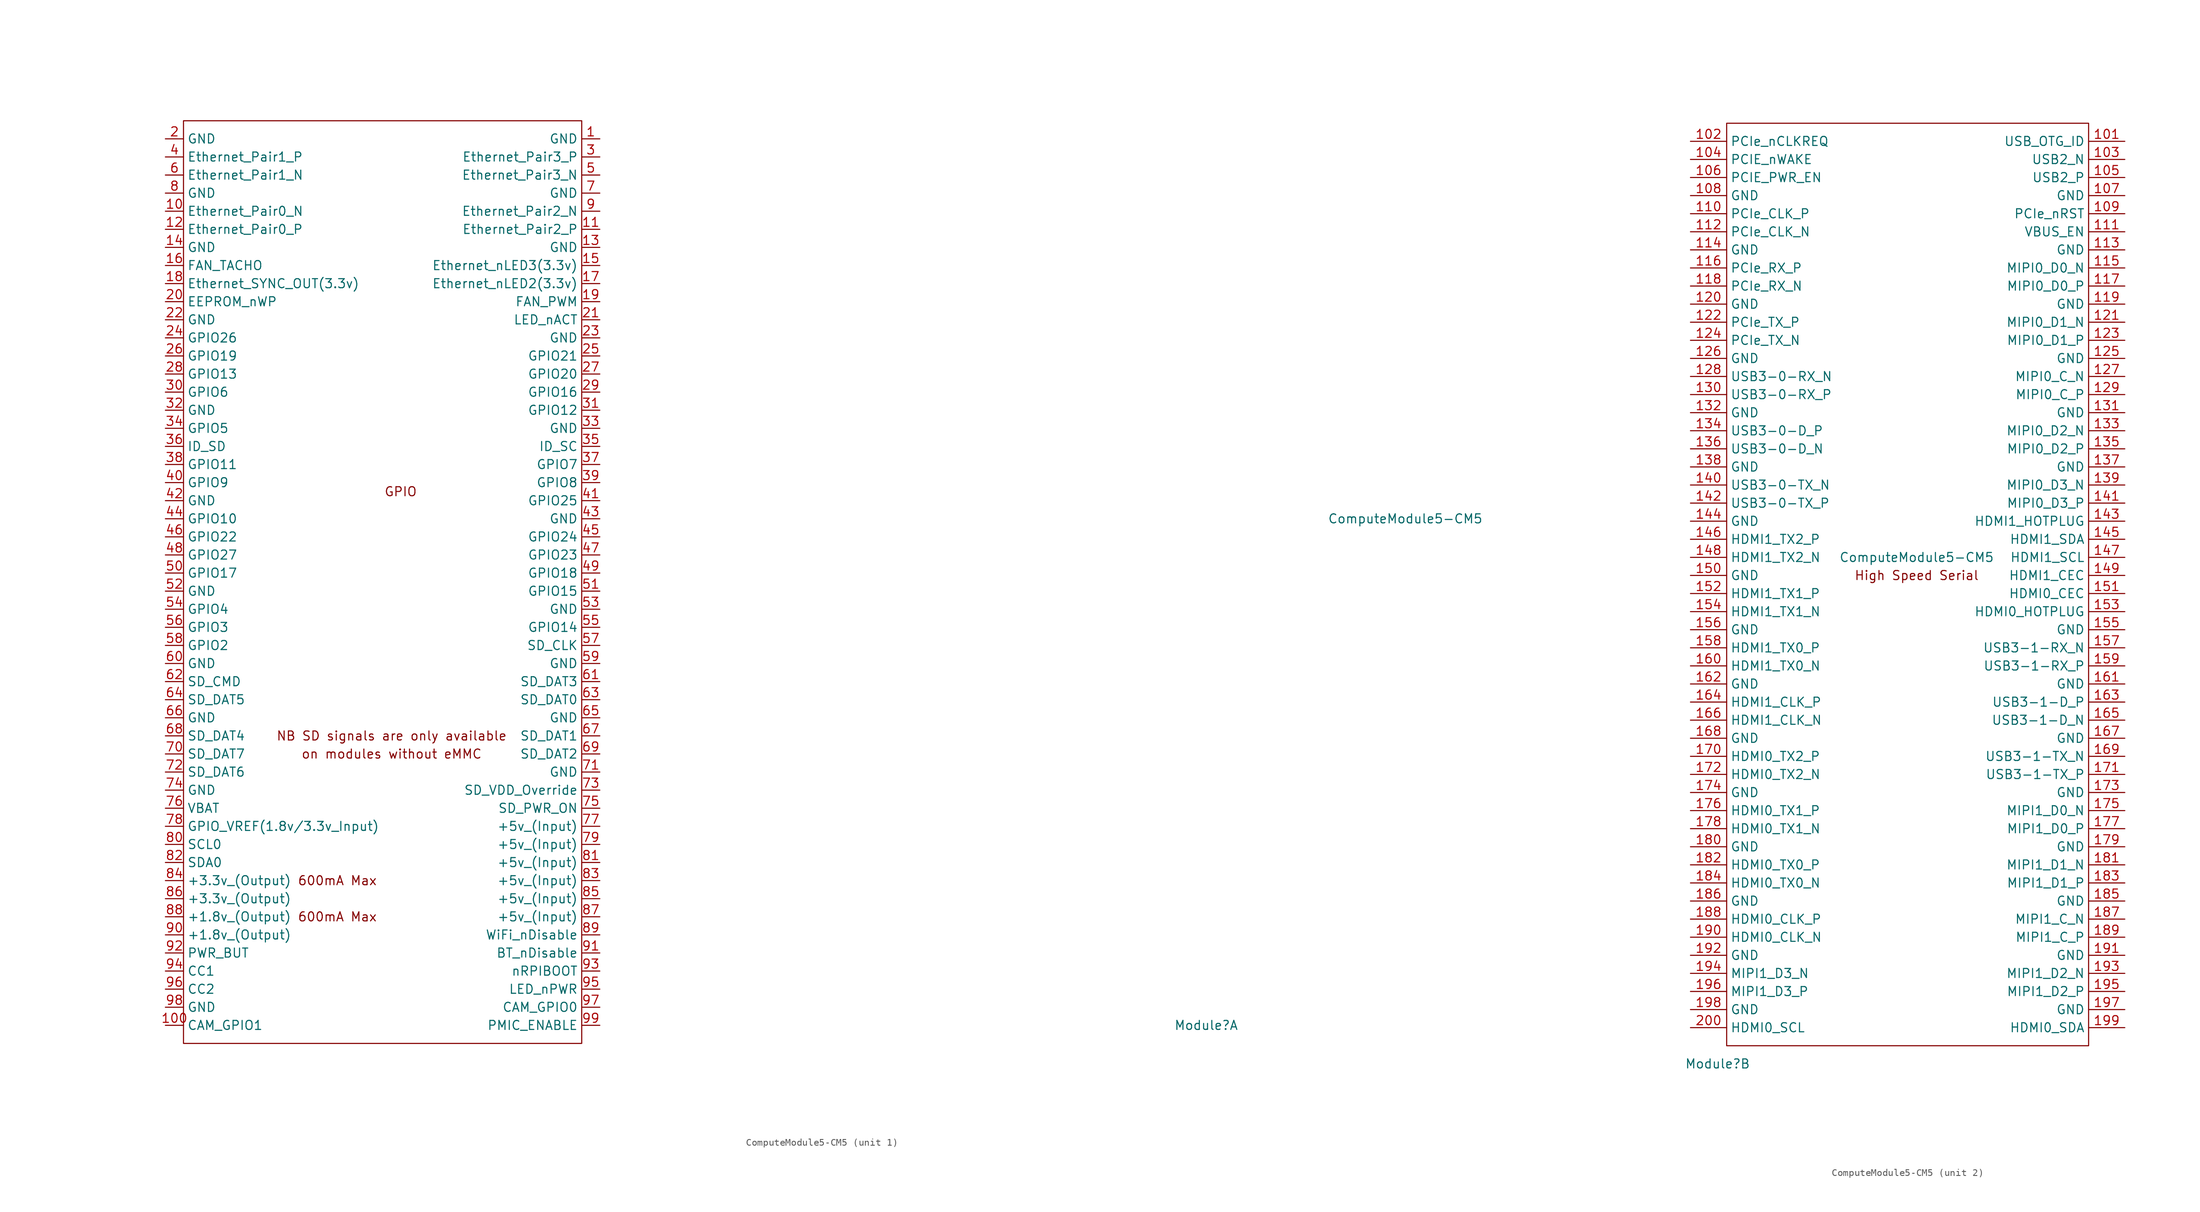
<source format=kicad_sym>
(kicad_symbol_lib
  (version 20241209)
  (generator "kicad_symbol_editor")
  (generator_version "9.0")
  (symbol "ComputeModule5-CM5"
    (property "Reference" "Module"
      (at 113.03 -68.58 0)
      (effects (font (size 1.27 1.27))))
    (property "Value" "ComputeModule5-CM5"
      (at 140.97 2.54 0)
      (effects (font (size 1.27 1.27))))
    (property "ki_locked" ""
      (at 0 0 0)
      (effects (font (size 1.27 1.27))))
    (symbol "ComputeModule5-CM5_1_0"
      (text "GPIO" (at 0 6.35 0) (effects (font (size 1.27 1.27)))))
    (symbol "ComputeModule5-CM5_1_1"
      (rectangle (start -30.48 -71.12) (end 25.4 58.42) (stroke (width 0) (type default)) (fill (type none)))
      (text "600mA Max" (at -8.89 -48.26 0) (effects (font (size 1.27 1.27))))
      (text "600mA Max" (at -8.89 -53.34 0) (effects (font (size 1.27 1.27))))
      (text "NB SD signals are only available" (at -1.27 -27.94 0) (effects (font (size 1.27 1.27))))
      (text "on modules without eMMC" (at -1.27 -30.48 0) (effects (font (size 1.27 1.27))))
      (pin power_in line (at -33.02 55.88 0) (length 2.54) (name "GND" (effects (font (size 1.27 1.27)))) (number "2" (effects (font (size 1.27 1.27)))))
      (pin passive line (at -33.02 53.34 0) (length 2.54) (name "Ethernet_Pair1_P" (effects (font (size 1.27 1.27)))) (number "4" (effects (font (size 1.27 1.27)))))
      (pin passive line (at -33.02 50.8 0) (length 2.54) (name "Ethernet_Pair1_N" (effects (font (size 1.27 1.27)))) (number "6" (effects (font (size 1.27 1.27)))))
      (pin power_in line (at -33.02 48.26 0) (length 2.54) (name "GND" (effects (font (size 1.27 1.27)))) (number "8" (effects (font (size 1.27 1.27)))))
      (pin passive line (at -33.02 45.72 0) (length 2.54) (name "Ethernet_Pair0_N" (effects (font (size 1.27 1.27)))) (number "10" (effects (font (size 1.27 1.27)))))
      (pin passive line (at -33.02 43.18 0) (length 2.54) (name "Ethernet_Pair0_P" (effects (font (size 1.27 1.27)))) (number "12" (effects (font (size 1.27 1.27)))))
      (pin power_in line (at -33.02 40.64 0) (length 2.54) (name "GND" (effects (font (size 1.27 1.27)))) (number "14" (effects (font (size 1.27 1.27)))))
      (pin input line (at -33.02 38.1 0) (length 2.54) (name "FAN_TACHO" (effects (font (size 1.27 1.27)))) (number "16" (effects (font (size 1.27 1.27)))))
      (pin input line (at -33.02 35.56 0) (length 2.54) (name "Ethernet_SYNC_OUT(3.3v)" (effects (font (size 1.27 1.27)))) (number "18" (effects (font (size 1.27 1.27)))))
      (pin passive line (at -33.02 33.02 0) (length 2.54) (name "EEPROM_nWP" (effects (font (size 1.27 1.27)))) (number "20" (effects (font (size 1.27 1.27)))))
      (pin power_in line (at -33.02 30.48 0) (length 2.54) (name "GND" (effects (font (size 1.27 1.27)))) (number "22" (effects (font (size 1.27 1.27)))))
      (pin passive line (at -33.02 27.94 0) (length 2.54) (name "GPIO26" (effects (font (size 1.27 1.27)))) (number "24" (effects (font (size 1.27 1.27)))))
      (pin passive line (at -33.02 25.4 0) (length 2.54) (name "GPIO19" (effects (font (size 1.27 1.27)))) (number "26" (effects (font (size 1.27 1.27)))))
      (pin passive line (at -33.02 22.86 0) (length 2.54) (name "GPIO13" (effects (font (size 1.27 1.27)))) (number "28" (effects (font (size 1.27 1.27)))))
      (pin passive line (at -33.02 20.32 0) (length 2.54) (name "GPIO6" (effects (font (size 1.27 1.27)))) (number "30" (effects (font (size 1.27 1.27)))))
      (pin power_in line (at -33.02 17.78 0) (length 2.54) (name "GND" (effects (font (size 1.27 1.27)))) (number "32" (effects (font (size 1.27 1.27)))))
      (pin passive line (at -33.02 15.24 0) (length 2.54) (name "GPIO5" (effects (font (size 1.27 1.27)))) (number "34" (effects (font (size 1.27 1.27)))))
      (pin passive line (at -33.02 12.7 0) (length 2.54) (name "ID_SD" (effects (font (size 1.27 1.27)))) (number "36" (effects (font (size 1.27 1.27)))))
      (pin passive line (at -33.02 10.16 0) (length 2.54) (name "GPIO11" (effects (font (size 1.27 1.27)))) (number "38" (effects (font (size 1.27 1.27)))))
      (pin passive line (at -33.02 7.62 0) (length 2.54) (name "GPIO9" (effects (font (size 1.27 1.27)))) (number "40" (effects (font (size 1.27 1.27)))))
      (pin power_in line (at -33.02 5.08 0) (length 2.54) (name "GND" (effects (font (size 1.27 1.27)))) (number "42" (effects (font (size 1.27 1.27)))))
      (pin passive line (at -33.02 2.54 0) (length 2.54) (name "GPIO10" (effects (font (size 1.27 1.27)))) (number "44" (effects (font (size 1.27 1.27)))))
      (pin passive line (at -33.02 0 0) (length 2.54) (name "GPIO22" (effects (font (size 1.27 1.27)))) (number "46" (effects (font (size 1.27 1.27)))))
      (pin passive line (at -33.02 -2.54 0) (length 2.54) (name "GPIO27" (effects (font (size 1.27 1.27)))) (number "48" (effects (font (size 1.27 1.27)))))
      (pin passive line (at -33.02 -5.08 0) (length 2.54) (name "GPIO17" (effects (font (size 1.27 1.27)))) (number "50" (effects (font (size 1.27 1.27)))))
      (pin power_in line (at -33.02 -7.62 0) (length 2.54) (name "GND" (effects (font (size 1.27 1.27)))) (number "52" (effects (font (size 1.27 1.27)))))
      (pin passive line (at -33.02 -10.16 0) (length 2.54) (name "GPIO4" (effects (font (size 1.27 1.27)))) (number "54" (effects (font (size 1.27 1.27)))))
      (pin passive line (at -33.02 -12.7 0) (length 2.54) (name "GPIO3" (effects (font (size 1.27 1.27)))) (number "56" (effects (font (size 1.27 1.27)))))
      (pin passive line (at -33.02 -15.24 0) (length 2.54) (name "GPIO2" (effects (font (size 1.27 1.27)))) (number "58" (effects (font (size 1.27 1.27)))))
      (pin power_in line (at -33.02 -17.78 0) (length 2.54) (name "GND" (effects (font (size 1.27 1.27)))) (number "60" (effects (font (size 1.27 1.27)))))
      (pin passive line (at -33.02 -20.32 0) (length 2.54) (name "SD_CMD" (effects (font (size 1.27 1.27)))) (number "62" (effects (font (size 1.27 1.27)))))
      (pin passive line (at -33.02 -22.86 0) (length 2.54) (name "SD_DAT5" (effects (font (size 1.27 1.27)))) (number "64" (effects (font (size 1.27 1.27)))))
      (pin power_in line (at -33.02 -25.4 0) (length 2.54) (name "GND" (effects (font (size 1.27 1.27)))) (number "66" (effects (font (size 1.27 1.27)))))
      (pin passive line (at -33.02 -27.94 0) (length 2.54) (name "SD_DAT4" (effects (font (size 1.27 1.27)))) (number "68" (effects (font (size 1.27 1.27)))))
      (pin passive line (at -33.02 -30.48 0) (length 2.54) (name "SD_DAT7" (effects (font (size 1.27 1.27)))) (number "70" (effects (font (size 1.27 1.27)))))
      (pin passive line (at -33.02 -33.02 0) (length 2.54) (name "SD_DAT6" (effects (font (size 1.27 1.27)))) (number "72" (effects (font (size 1.27 1.27)))))
      (pin power_in line (at -33.02 -35.56 0) (length 2.54) (name "GND" (effects (font (size 1.27 1.27)))) (number "74" (effects (font (size 1.27 1.27)))))
      (pin passive line (at -33.02 -38.1 0) (length 2.54) (name "VBAT" (effects (font (size 1.27 1.27)))) (number "76" (effects (font (size 1.27 1.27)))))
      (pin power_in line (at -33.02 -40.64 0) (length 2.54) (name "GPIO_VREF(1.8v/3.3v_Input)" (effects (font (size 1.27 1.27)))) (number "78" (effects (font (size 1.27 1.27)))))
      (pin passive line (at -33.02 -43.18 0) (length 2.54) (name "SCL0" (effects (font (size 1.27 1.27)))) (number "80" (effects (font (size 1.27 1.27)))))
      (pin passive line (at -33.02 -45.72 0) (length 2.54) (name "SDA0" (effects (font (size 1.27 1.27)))) (number "82" (effects (font (size 1.27 1.27)))))
      (pin power_out line (at -33.02 -48.26 0) (length 2.54) (name "+3.3v_(Output)" (effects (font (size 1.27 1.27)))) (number "84" (effects (font (size 1.27 1.27)))))
      (pin passive line (at -33.02 -50.8 0) (length 2.54) (name "+3.3v_(Output)" (effects (font (size 1.27 1.27)))) (number "86" (effects (font (size 1.27 1.27)))))
      (pin power_out line (at -33.02 -53.34 0) (length 2.54) (name "+1.8v_(Output)" (effects (font (size 1.27 1.27)))) (number "88" (effects (font (size 1.27 1.27)))))
      (pin passive line (at -33.02 -55.88 0) (length 2.54) (name "+1.8v_(Output)" (effects (font (size 1.27 1.27)))) (number "90" (effects (font (size 1.27 1.27)))))
      (pin passive line (at -33.02 -58.42 0) (length 2.54) (name "PWR_BUT" (effects (font (size 1.27 1.27)))) (number "92" (effects (font (size 1.27 1.27)))))
      (pin passive line (at -33.02 -60.96 0) (length 2.54) (name "CC1" (effects (font (size 1.27 1.27)))) (number "94" (effects (font (size 1.27 1.27)))))
      (pin passive line (at -33.02 -63.5 0) (length 2.54) (name "CC2" (effects (font (size 1.27 1.27)))) (number "96" (effects (font (size 1.27 1.27)))))
      (pin power_in line (at -33.02 -66.04 0) (length 2.54) (name "GND" (effects (font (size 1.27 1.27)))) (number "98" (effects (font (size 1.27 1.27)))))
      (pin passive line (at -33.02 -68.58 0) (length 2.54) (name "CAM_GPIO1" (effects (font (size 1.27 1.27)))) (number "100" (effects (font (size 1.27 1.27)))))
      (pin power_in line (at 27.94 55.88 180) (length 2.54) (name "GND" (effects (font (size 1.27 1.27)))) (number "1" (effects (font (size 1.27 1.27)))))
      (pin passive line (at 27.94 53.34 180) (length 2.54) (name "Ethernet_Pair3_P" (effects (font (size 1.27 1.27)))) (number "3" (effects (font (size 1.27 1.27)))))
      (pin passive line (at 27.94 50.8 180) (length 2.54) (name "Ethernet_Pair3_N" (effects (font (size 1.27 1.27)))) (number "5" (effects (font (size 1.27 1.27)))))
      (pin power_in line (at 27.94 48.26 180) (length 2.54) (name "GND" (effects (font (size 1.27 1.27)))) (number "7" (effects (font (size 1.27 1.27)))))
      (pin passive line (at 27.94 45.72 180) (length 2.54) (name "Ethernet_Pair2_N" (effects (font (size 1.27 1.27)))) (number "9" (effects (font (size 1.27 1.27)))))
      (pin passive line (at 27.94 43.18 180) (length 2.54) (name "Ethernet_Pair2_P" (effects (font (size 1.27 1.27)))) (number "11" (effects (font (size 1.27 1.27)))))
      (pin power_in line (at 27.94 40.64 180) (length 2.54) (name "GND" (effects (font (size 1.27 1.27)))) (number "13" (effects (font (size 1.27 1.27)))))
      (pin output line (at 27.94 38.1 180) (length 2.54) (name "Ethernet_nLED3(3.3v)" (effects (font (size 1.27 1.27)))) (number "15" (effects (font (size 1.27 1.27)))))
      (pin output line (at 27.94 35.56 180) (length 2.54) (name "Ethernet_nLED2(3.3v)" (effects (font (size 1.27 1.27)))) (number "17" (effects (font (size 1.27 1.27)))))
      (pin output line (at 27.94 33.02 180) (length 2.54) (name "FAN_PWM" (effects (font (size 1.27 1.27)))) (number "19" (effects (font (size 1.27 1.27)))))
      (pin open_collector line (at 27.94 30.48 180) (length 2.54) (name "LED_nACT" (effects (font (size 1.27 1.27)))) (number "21" (effects (font (size 1.27 1.27)))))
      (pin power_in line (at 27.94 27.94 180) (length 2.54) (name "GND" (effects (font (size 1.27 1.27)))) (number "23" (effects (font (size 1.27 1.27)))))
      (pin passive line (at 27.94 25.4 180) (length 2.54) (name "GPIO21" (effects (font (size 1.27 1.27)))) (number "25" (effects (font (size 1.27 1.27)))))
      (pin passive line (at 27.94 22.86 180) (length 2.54) (name "GPIO20" (effects (font (size 1.27 1.27)))) (number "27" (effects (font (size 1.27 1.27)))))
      (pin passive line (at 27.94 20.32 180) (length 2.54) (name "GPIO16" (effects (font (size 1.27 1.27)))) (number "29" (effects (font (size 1.27 1.27)))))
      (pin passive line (at 27.94 17.78 180) (length 2.54) (name "GPIO12" (effects (font (size 1.27 1.27)))) (number "31" (effects (font (size 1.27 1.27)))))
      (pin power_in line (at 27.94 15.24 180) (length 2.54) (name "GND" (effects (font (size 1.27 1.27)))) (number "33" (effects (font (size 1.27 1.27)))))
      (pin passive line (at 27.94 12.7 180) (length 2.54) (name "ID_SC" (effects (font (size 1.27 1.27)))) (number "35" (effects (font (size 1.27 1.27)))))
      (pin passive line (at 27.94 10.16 180) (length 2.54) (name "GPIO7" (effects (font (size 1.27 1.27)))) (number "37" (effects (font (size 1.27 1.27)))))
      (pin passive line (at 27.94 7.62 180) (length 2.54) (name "GPIO8" (effects (font (size 1.27 1.27)))) (number "39" (effects (font (size 1.27 1.27)))))
      (pin passive line (at 27.94 5.08 180) (length 2.54) (name "GPIO25" (effects (font (size 1.27 1.27)))) (number "41" (effects (font (size 1.27 1.27)))))
      (pin power_in line (at 27.94 2.54 180) (length 2.54) (name "GND" (effects (font (size 1.27 1.27)))) (number "43" (effects (font (size 1.27 1.27)))))
      (pin passive line (at 27.94 0 180) (length 2.54) (name "GPIO24" (effects (font (size 1.27 1.27)))) (number "45" (effects (font (size 1.27 1.27)))))
      (pin passive line (at 27.94 -2.54 180) (length 2.54) (name "GPIO23" (effects (font (size 1.27 1.27)))) (number "47" (effects (font (size 1.27 1.27)))))
      (pin passive line (at 27.94 -5.08 180) (length 2.54) (name "GPIO18" (effects (font (size 1.27 1.27)))) (number "49" (effects (font (size 1.27 1.27)))))
      (pin passive line (at 27.94 -7.62 180) (length 2.54) (name "GPIO15" (effects (font (size 1.27 1.27)))) (number "51" (effects (font (size 1.27 1.27)))))
      (pin power_in line (at 27.94 -10.16 180) (length 2.54) (name "GND" (effects (font (size 1.27 1.27)))) (number "53" (effects (font (size 1.27 1.27)))))
      (pin passive line (at 27.94 -12.7 180) (length 2.54) (name "GPIO14" (effects (font (size 1.27 1.27)))) (number "55" (effects (font (size 1.27 1.27)))))
      (pin passive line (at 27.94 -15.24 180) (length 2.54) (name "SD_CLK" (effects (font (size 1.27 1.27)))) (number "57" (effects (font (size 1.27 1.27)))))
      (pin power_in line (at 27.94 -17.78 180) (length 2.54) (name "GND" (effects (font (size 1.27 1.27)))) (number "59" (effects (font (size 1.27 1.27)))))
      (pin passive line (at 27.94 -20.32 180) (length 2.54) (name "SD_DAT3" (effects (font (size 1.27 1.27)))) (number "61" (effects (font (size 1.27 1.27)))))
      (pin passive line (at 27.94 -22.86 180) (length 2.54) (name "SD_DAT0" (effects (font (size 1.27 1.27)))) (number "63" (effects (font (size 1.27 1.27)))))
      (pin power_in line (at 27.94 -25.4 180) (length 2.54) (name "GND" (effects (font (size 1.27 1.27)))) (number "65" (effects (font (size 1.27 1.27)))))
      (pin passive line (at 27.94 -27.94 180) (length 2.54) (name "SD_DAT1" (effects (font (size 1.27 1.27)))) (number "67" (effects (font (size 1.27 1.27)))))
      (pin passive line (at 27.94 -30.48 180) (length 2.54) (name "SD_DAT2" (effects (font (size 1.27 1.27)))) (number "69" (effects (font (size 1.27 1.27)))))
      (pin power_in line (at 27.94 -33.02 180) (length 2.54) (name "GND" (effects (font (size 1.27 1.27)))) (number "71" (effects (font (size 1.27 1.27)))))
      (pin input line (at 27.94 -35.56 180) (length 2.54) (name "SD_VDD_Override" (effects (font (size 1.27 1.27)))) (number "73" (effects (font (size 1.27 1.27)))))
      (pin output line (at 27.94 -38.1 180) (length 2.54) (name "SD_PWR_ON" (effects (font (size 1.27 1.27)))) (number "75" (effects (font (size 1.27 1.27)))))
      (pin power_in line (at 27.94 -40.64 180) (length 2.54) (name "+5v_(Input)" (effects (font (size 1.27 1.27)))) (number "77" (effects (font (size 1.27 1.27)))))
      (pin power_in line (at 27.94 -43.18 180) (length 2.54) (name "+5v_(Input)" (effects (font (size 1.27 1.27)))) (number "79" (effects (font (size 1.27 1.27)))))
      (pin power_in line (at 27.94 -45.72 180) (length 2.54) (name "+5v_(Input)" (effects (font (size 1.27 1.27)))) (number "81" (effects (font (size 1.27 1.27)))))
      (pin power_in line (at 27.94 -48.26 180) (length 2.54) (name "+5v_(Input)" (effects (font (size 1.27 1.27)))) (number "83" (effects (font (size 1.27 1.27)))))
      (pin power_in line (at 27.94 -50.8 180) (length 2.54) (name "+5v_(Input)" (effects (font (size 1.27 1.27)))) (number "85" (effects (font (size 1.27 1.27)))))
      (pin power_in line (at 27.94 -53.34 180) (length 2.54) (name "+5v_(Input)" (effects (font (size 1.27 1.27)))) (number "87" (effects (font (size 1.27 1.27)))))
      (pin input line (at 27.94 -55.88 180) (length 2.54) (name "WiFi_nDisable" (effects (font (size 1.27 1.27)))) (number "89" (effects (font (size 1.27 1.27)))))
      (pin input line (at 27.94 -58.42 180) (length 2.54) (name "BT_nDisable" (effects (font (size 1.27 1.27)))) (number "91" (effects (font (size 1.27 1.27)))))
      (pin input line (at 27.94 -60.96 180) (length 2.54) (name "nRPIBOOT" (effects (font (size 1.27 1.27)))) (number "93" (effects (font (size 1.27 1.27)))))
      (pin output line (at 27.94 -63.5 180) (length 2.54) (name "LED_nPWR" (effects (font (size 1.27 1.27)))) (number "95" (effects (font (size 1.27 1.27)))))
      (pin passive line (at 27.94 -66.04 180) (length 2.54) (name "CAM_GPIO0" (effects (font (size 1.27 1.27)))) (number "97" (effects (font (size 1.27 1.27)))))
      (pin input line (at 27.94 -68.58 180) (length 2.54) (name "PMIC_ENABLE" (effects (font (size 1.27 1.27)))) (number "99" (effects (font (size 1.27 1.27))))))
    (symbol "ComputeModule5-CM5_2_1"
      (rectangle (start 114.3 -66.04) (end 165.1 63.5) (stroke (width 0) (type default)) (fill (type none)))
      (text "High Speed Serial" (at 140.97 0 0) (effects (font (size 1.27 1.27))))
      (pin input line (at 109.22 60.96 0) (length 5.08) (name "PCIe_nCLKREQ" (effects (font (size 1.27 1.27)))) (number "102" (effects (font (size 1.27 1.27)))))
      (pin input line (at 109.22 58.42 0) (length 5.08) (name "PCIE_nWAKE" (effects (font (size 1.27 1.27)))) (number "104" (effects (font (size 1.27 1.27)))))
      (pin output line (at 109.22 55.88 0) (length 5.08) (name "PCIE_PWR_EN" (effects (font (size 1.27 1.27)))) (number "106" (effects (font (size 1.27 1.27)))))
      (pin power_in line (at 109.22 53.34 0) (length 5.08) (name "GND" (effects (font (size 1.27 1.27)))) (number "108" (effects (font (size 1.27 1.27)))))
      (pin output line (at 109.22 50.8 0) (length 5.08) (name "PCIe_CLK_P" (effects (font (size 1.27 1.27)))) (number "110" (effects (font (size 1.27 1.27)))))
      (pin output line (at 109.22 48.26 0) (length 5.08) (name "PCIe_CLK_N" (effects (font (size 1.27 1.27)))) (number "112" (effects (font (size 1.27 1.27)))))
      (pin power_in line (at 109.22 45.72 0) (length 5.08) (name "GND" (effects (font (size 1.27 1.27)))) (number "114" (effects (font (size 1.27 1.27)))))
      (pin input line (at 109.22 43.18 0) (length 5.08) (name "PCIe_RX_P" (effects (font (size 1.27 1.27)))) (number "116" (effects (font (size 1.27 1.27)))))
      (pin input line (at 109.22 40.64 0) (length 5.08) (name "PCIe_RX_N" (effects (font (size 1.27 1.27)))) (number "118" (effects (font (size 1.27 1.27)))))
      (pin power_in line (at 109.22 38.1 0) (length 5.08) (name "GND" (effects (font (size 1.27 1.27)))) (number "120" (effects (font (size 1.27 1.27)))))
      (pin output line (at 109.22 35.56 0) (length 5.08) (name "PCIe_TX_P" (effects (font (size 1.27 1.27)))) (number "122" (effects (font (size 1.27 1.27)))))
      (pin output line (at 109.22 33.02 0) (length 5.08) (name "PCIe_TX_N" (effects (font (size 1.27 1.27)))) (number "124" (effects (font (size 1.27 1.27)))))
      (pin power_in line (at 109.22 30.48 0) (length 5.08) (name "GND" (effects (font (size 1.27 1.27)))) (number "126" (effects (font (size 1.27 1.27)))))
      (pin input line (at 109.22 27.94 0) (length 5.08) (name "USB3-0-RX_N" (effects (font (size 1.27 1.27)))) (number "128" (effects (font (size 1.27 1.27)))))
      (pin input line (at 109.22 25.4 0) (length 5.08) (name "USB3-0-RX_P" (effects (font (size 1.27 1.27)))) (number "130" (effects (font (size 1.27 1.27)))))
      (pin power_in line (at 109.22 22.86 0) (length 5.08) (name "GND" (effects (font (size 1.27 1.27)))) (number "132" (effects (font (size 1.27 1.27)))))
      (pin passive line (at 109.22 20.32 0) (length 5.08) (name "USB3-0-D_P" (effects (font (size 1.27 1.27)))) (number "134" (effects (font (size 1.27 1.27)))))
      (pin passive line (at 109.22 17.78 0) (length 5.08) (name "USB3-0-D_N" (effects (font (size 1.27 1.27)))) (number "136" (effects (font (size 1.27 1.27)))))
      (pin power_in line (at 109.22 15.24 0) (length 5.08) (name "GND" (effects (font (size 1.27 1.27)))) (number "138" (effects (font (size 1.27 1.27)))))
      (pin output line (at 109.22 12.7 0) (length 5.08) (name "USB3-0-TX_N" (effects (font (size 1.27 1.27)))) (number "140" (effects (font (size 1.27 1.27)))))
      (pin output line (at 109.22 10.16 0) (length 5.08) (name "USB3-0-TX_P" (effects (font (size 1.27 1.27)))) (number "142" (effects (font (size 1.27 1.27)))))
      (pin power_in line (at 109.22 7.62 0) (length 5.08) (name "GND" (effects (font (size 1.27 1.27)))) (number "144" (effects (font (size 1.27 1.27)))))
      (pin output line (at 109.22 5.08 0) (length 5.08) (name "HDMI1_TX2_P" (effects (font (size 1.27 1.27)))) (number "146" (effects (font (size 1.27 1.27)))))
      (pin output line (at 109.22 2.54 0) (length 5.08) (name "HDMI1_TX2_N" (effects (font (size 1.27 1.27)))) (number "148" (effects (font (size 1.27 1.27)))))
      (pin power_in line (at 109.22 0 0) (length 5.08) (name "GND" (effects (font (size 1.27 1.27)))) (number "150" (effects (font (size 1.27 1.27)))))
      (pin output line (at 109.22 -2.54 0) (length 5.08) (name "HDMI1_TX1_P" (effects (font (size 1.27 1.27)))) (number "152" (effects (font (size 1.27 1.27)))))
      (pin output line (at 109.22 -5.08 0) (length 5.08) (name "HDMI1_TX1_N" (effects (font (size 1.27 1.27)))) (number "154" (effects (font (size 1.27 1.27)))))
      (pin power_in line (at 109.22 -7.62 0) (length 5.08) (name "GND" (effects (font (size 1.27 1.27)))) (number "156" (effects (font (size 1.27 1.27)))))
      (pin output line (at 109.22 -10.16 0) (length 5.08) (name "HDMI1_TX0_P" (effects (font (size 1.27 1.27)))) (number "158" (effects (font (size 1.27 1.27)))))
      (pin output line (at 109.22 -12.7 0) (length 5.08) (name "HDMI1_TX0_N" (effects (font (size 1.27 1.27)))) (number "160" (effects (font (size 1.27 1.27)))))
      (pin power_in line (at 109.22 -15.24 0) (length 5.08) (name "GND" (effects (font (size 1.27 1.27)))) (number "162" (effects (font (size 1.27 1.27)))))
      (pin output line (at 109.22 -17.78 0) (length 5.08) (name "HDMI1_CLK_P" (effects (font (size 1.27 1.27)))) (number "164" (effects (font (size 1.27 1.27)))))
      (pin output line (at 109.22 -20.32 0) (length 5.08) (name "HDMI1_CLK_N" (effects (font (size 1.27 1.27)))) (number "166" (effects (font (size 1.27 1.27)))))
      (pin power_in line (at 109.22 -22.86 0) (length 5.08) (name "GND" (effects (font (size 1.27 1.27)))) (number "168" (effects (font (size 1.27 1.27)))))
      (pin output line (at 109.22 -25.4 0) (length 5.08) (name "HDMI0_TX2_P" (effects (font (size 1.27 1.27)))) (number "170" (effects (font (size 1.27 1.27)))))
      (pin output line (at 109.22 -27.94 0) (length 5.08) (name "HDMI0_TX2_N" (effects (font (size 1.27 1.27)))) (number "172" (effects (font (size 1.27 1.27)))))
      (pin power_in line (at 109.22 -30.48 0) (length 5.08) (name "GND" (effects (font (size 1.27 1.27)))) (number "174" (effects (font (size 1.27 1.27)))))
      (pin output line (at 109.22 -33.02 0) (length 5.08) (name "HDMI0_TX1_P" (effects (font (size 1.27 1.27)))) (number "176" (effects (font (size 1.27 1.27)))))
      (pin output line (at 109.22 -35.56 0) (length 5.08) (name "HDMI0_TX1_N" (effects (font (size 1.27 1.27)))) (number "178" (effects (font (size 1.27 1.27)))))
      (pin power_in line (at 109.22 -38.1 0) (length 5.08) (name "GND" (effects (font (size 1.27 1.27)))) (number "180" (effects (font (size 1.27 1.27)))))
      (pin output line (at 109.22 -40.64 0) (length 5.08) (name "HDMI0_TX0_P" (effects (font (size 1.27 1.27)))) (number "182" (effects (font (size 1.27 1.27)))))
      (pin output line (at 109.22 -43.18 0) (length 5.08) (name "HDMI0_TX0_N" (effects (font (size 1.27 1.27)))) (number "184" (effects (font (size 1.27 1.27)))))
      (pin power_in line (at 109.22 -45.72 0) (length 5.08) (name "GND" (effects (font (size 1.27 1.27)))) (number "186" (effects (font (size 1.27 1.27)))))
      (pin output line (at 109.22 -48.26 0) (length 5.08) (name "HDMI0_CLK_P" (effects (font (size 1.27 1.27)))) (number "188" (effects (font (size 1.27 1.27)))))
      (pin output line (at 109.22 -50.8 0) (length 5.08) (name "HDMI0_CLK_N" (effects (font (size 1.27 1.27)))) (number "190" (effects (font (size 1.27 1.27)))))
      (pin power_in line (at 109.22 -53.34 0) (length 5.08) (name "GND" (effects (font (size 1.27 1.27)))) (number "192" (effects (font (size 1.27 1.27)))))
      (pin output line (at 109.22 -55.88 0) (length 5.08) (name "MIPI1_D3_N" (effects (font (size 1.27 1.27)))) (number "194" (effects (font (size 1.27 1.27)))))
      (pin output line (at 109.22 -58.42 0) (length 5.08) (name "MIPI1_D3_P" (effects (font (size 1.27 1.27)))) (number "196" (effects (font (size 1.27 1.27)))))
      (pin power_in line (at 109.22 -60.96 0) (length 5.08) (name "GND" (effects (font (size 1.27 1.27)))) (number "198" (effects (font (size 1.27 1.27)))))
      (pin open_collector line (at 109.22 -63.5 0) (length 5.08) (name "HDMI0_SCL" (effects (font (size 1.27 1.27)))) (number "200" (effects (font (size 1.27 1.27)))))
      (pin input line (at 170.18 60.96 180) (length 5.08) (name "USB_OTG_ID" (effects (font (size 1.27 1.27)))) (number "101" (effects (font (size 1.27 1.27)))))
      (pin passive line (at 170.18 58.42 180) (length 5.08) (name "USB2_N" (effects (font (size 1.27 1.27)))) (number "103" (effects (font (size 1.27 1.27)))))
      (pin passive line (at 170.18 55.88 180) (length 5.08) (name "USB2_P" (effects (font (size 1.27 1.27)))) (number "105" (effects (font (size 1.27 1.27)))))
      (pin power_in line (at 170.18 53.34 180) (length 5.08) (name "GND" (effects (font (size 1.27 1.27)))) (number "107" (effects (font (size 1.27 1.27)))))
      (pin output line (at 170.18 50.8 180) (length 5.08) (name "PCIe_nRST" (effects (font (size 1.27 1.27)))) (number "109" (effects (font (size 1.27 1.27)))))
      (pin output line (at 170.18 48.26 180) (length 5.08) (name "VBUS_EN" (effects (font (size 1.27 1.27)))) (number "111" (effects (font (size 1.27 1.27)))))
      (pin power_in line (at 170.18 45.72 180) (length 5.08) (name "GND" (effects (font (size 1.27 1.27)))) (number "113" (effects (font (size 1.27 1.27)))))
      (pin input line (at 170.18 43.18 180) (length 5.08) (name "MIPI0_D0_N" (effects (font (size 1.27 1.27)))) (number "115" (effects (font (size 1.27 1.27)))))
      (pin input line (at 170.18 40.64 180) (length 5.08) (name "MIPI0_D0_P" (effects (font (size 1.27 1.27)))) (number "117" (effects (font (size 1.27 1.27)))))
      (pin power_in line (at 170.18 38.1 180) (length 5.08) (name "GND" (effects (font (size 1.27 1.27)))) (number "119" (effects (font (size 1.27 1.27)))))
      (pin input line (at 170.18 35.56 180) (length 5.08) (name "MIPI0_D1_N" (effects (font (size 1.27 1.27)))) (number "121" (effects (font (size 1.27 1.27)))))
      (pin input line (at 170.18 33.02 180) (length 5.08) (name "MIPI0_D1_P" (effects (font (size 1.27 1.27)))) (number "123" (effects (font (size 1.27 1.27)))))
      (pin power_in line (at 170.18 30.48 180) (length 5.08) (name "GND" (effects (font (size 1.27 1.27)))) (number "125" (effects (font (size 1.27 1.27)))))
      (pin input line (at 170.18 27.94 180) (length 5.08) (name "MIPI0_C_N" (effects (font (size 1.27 1.27)))) (number "127" (effects (font (size 1.27 1.27)))))
      (pin input line (at 170.18 25.4 180) (length 5.08) (name "MIPI0_C_P" (effects (font (size 1.27 1.27)))) (number "129" (effects (font (size 1.27 1.27)))))
      (pin power_in line (at 170.18 22.86 180) (length 5.08) (name "GND" (effects (font (size 1.27 1.27)))) (number "131" (effects (font (size 1.27 1.27)))))
      (pin input line (at 170.18 20.32 180) (length 5.08) (name "MIPI0_D2_N" (effects (font (size 1.27 1.27)))) (number "133" (effects (font (size 1.27 1.27)))))
      (pin input line (at 170.18 17.78 180) (length 5.08) (name "MIPI0_D2_P" (effects (font (size 1.27 1.27)))) (number "135" (effects (font (size 1.27 1.27)))))
      (pin power_in line (at 170.18 15.24 180) (length 5.08) (name "GND" (effects (font (size 1.27 1.27)))) (number "137" (effects (font (size 1.27 1.27)))))
      (pin input line (at 170.18 12.7 180) (length 5.08) (name "MIPI0_D3_N" (effects (font (size 1.27 1.27)))) (number "139" (effects (font (size 1.27 1.27)))))
      (pin input line (at 170.18 10.16 180) (length 5.08) (name "MIPI0_D3_P" (effects (font (size 1.27 1.27)))) (number "141" (effects (font (size 1.27 1.27)))))
      (pin input line (at 170.18 7.62 180) (length 5.08) (name "HDMI1_HOTPLUG" (effects (font (size 1.27 1.27)))) (number "143" (effects (font (size 1.27 1.27)))))
      (pin bidirectional line (at 170.18 5.08 180) (length 5.08) (name "HDMI1_SDA" (effects (font (size 1.27 1.27)))) (number "145" (effects (font (size 1.27 1.27)))))
      (pin open_collector line (at 170.18 2.54 180) (length 5.08) (name "HDMI1_SCL" (effects (font (size 1.27 1.27)))) (number "147" (effects (font (size 1.27 1.27)))))
      (pin open_collector line (at 170.18 0 180) (length 5.08) (name "HDMI1_CEC" (effects (font (size 1.27 1.27)))) (number "149" (effects (font (size 1.27 1.27)))))
      (pin open_collector line (at 170.18 -2.54 180) (length 5.08) (name "HDMI0_CEC" (effects (font (size 1.27 1.27)))) (number "151" (effects (font (size 1.27 1.27)))))
      (pin input line (at 170.18 -5.08 180) (length 5.08) (name "HDMI0_HOTPLUG" (effects (font (size 1.27 1.27)))) (number "153" (effects (font (size 1.27 1.27)))))
      (pin power_in line (at 170.18 -7.62 180) (length 5.08) (name "GND" (effects (font (size 1.27 1.27)))) (number "155" (effects (font (size 1.27 1.27)))))
      (pin input line (at 170.18 -10.16 180) (length 5.08) (name "USB3-1-RX_N" (effects (font (size 1.27 1.27)))) (number "157" (effects (font (size 1.27 1.27)))))
      (pin input line (at 170.18 -12.7 180) (length 5.08) (name "USB3-1-RX_P" (effects (font (size 1.27 1.27)))) (number "159" (effects (font (size 1.27 1.27)))))
      (pin power_in line (at 170.18 -15.24 180) (length 5.08) (name "GND" (effects (font (size 1.27 1.27)))) (number "161" (effects (font (size 1.27 1.27)))))
      (pin passive line (at 170.18 -17.78 180) (length 5.08) (name "USB3-1-D_P" (effects (font (size 1.27 1.27)))) (number "163" (effects (font (size 1.27 1.27)))))
      (pin passive line (at 170.18 -20.32 180) (length 5.08) (name "USB3-1-D_N" (effects (font (size 1.27 1.27)))) (number "165" (effects (font (size 1.27 1.27)))))
      (pin power_in line (at 170.18 -22.86 180) (length 5.08) (name "GND" (effects (font (size 1.27 1.27)))) (number "167" (effects (font (size 1.27 1.27)))))
      (pin output line (at 170.18 -25.4 180) (length 5.08) (name "USB3-1-TX_N" (effects (font (size 1.27 1.27)))) (number "169" (effects (font (size 1.27 1.27)))))
      (pin output line (at 170.18 -27.94 180) (length 5.08) (name "USB3-1-TX_P" (effects (font (size 1.27 1.27)))) (number "171" (effects (font (size 1.27 1.27)))))
      (pin power_in line (at 170.18 -30.48 180) (length 5.08) (name "GND" (effects (font (size 1.27 1.27)))) (number "173" (effects (font (size 1.27 1.27)))))
      (pin output line (at 170.18 -33.02 180) (length 5.08) (name "MIPI1_D0_N" (effects (font (size 1.27 1.27)))) (number "175" (effects (font (size 1.27 1.27)))))
      (pin output line (at 170.18 -35.56 180) (length 5.08) (name "MIPI1_D0_P" (effects (font (size 1.27 1.27)))) (number "177" (effects (font (size 1.27 1.27)))))
      (pin power_in line (at 170.18 -38.1 180) (length 5.08) (name "GND" (effects (font (size 1.27 1.27)))) (number "179" (effects (font (size 1.27 1.27)))))
      (pin output line (at 170.18 -40.64 180) (length 5.08) (name "MIPI1_D1_N" (effects (font (size 1.27 1.27)))) (number "181" (effects (font (size 1.27 1.27)))))
      (pin output line (at 170.18 -43.18 180) (length 5.08) (name "MIPI1_D1_P" (effects (font (size 1.27 1.27)))) (number "183" (effects (font (size 1.27 1.27)))))
      (pin power_in line (at 170.18 -45.72 180) (length 5.08) (name "GND" (effects (font (size 1.27 1.27)))) (number "185" (effects (font (size 1.27 1.27)))))
      (pin output line (at 170.18 -48.26 180) (length 5.08) (name "MIPI1_C_N" (effects (font (size 1.27 1.27)))) (number "187" (effects (font (size 1.27 1.27)))))
      (pin output line (at 170.18 -50.8 180) (length 5.08) (name "MIPI1_C_P" (effects (font (size 1.27 1.27)))) (number "189" (effects (font (size 1.27 1.27)))))
      (pin power_in line (at 170.18 -53.34 180) (length 5.08) (name "GND" (effects (font (size 1.27 1.27)))) (number "191" (effects (font (size 1.27 1.27)))))
      (pin output line (at 170.18 -55.88 180) (length 5.08) (name "MIPI1_D2_N" (effects (font (size 1.27 1.27)))) (number "193" (effects (font (size 1.27 1.27)))))
      (pin output line (at 170.18 -58.42 180) (length 5.08) (name "MIPI1_D2_P" (effects (font (size 1.27 1.27)))) (number "195" (effects (font (size 1.27 1.27)))))
      (pin power_in line (at 170.18 -60.96 180) (length 5.08) (name "GND" (effects (font (size 1.27 1.27)))) (number "197" (effects (font (size 1.27 1.27)))))
      (pin bidirectional line (at 170.18 -63.5 180) (length 5.08) (name "HDMI0_SDA" (effects (font (size 1.27 1.27)))) (number "199" (effects (font (size 1.27 1.27))))))))
</source>
